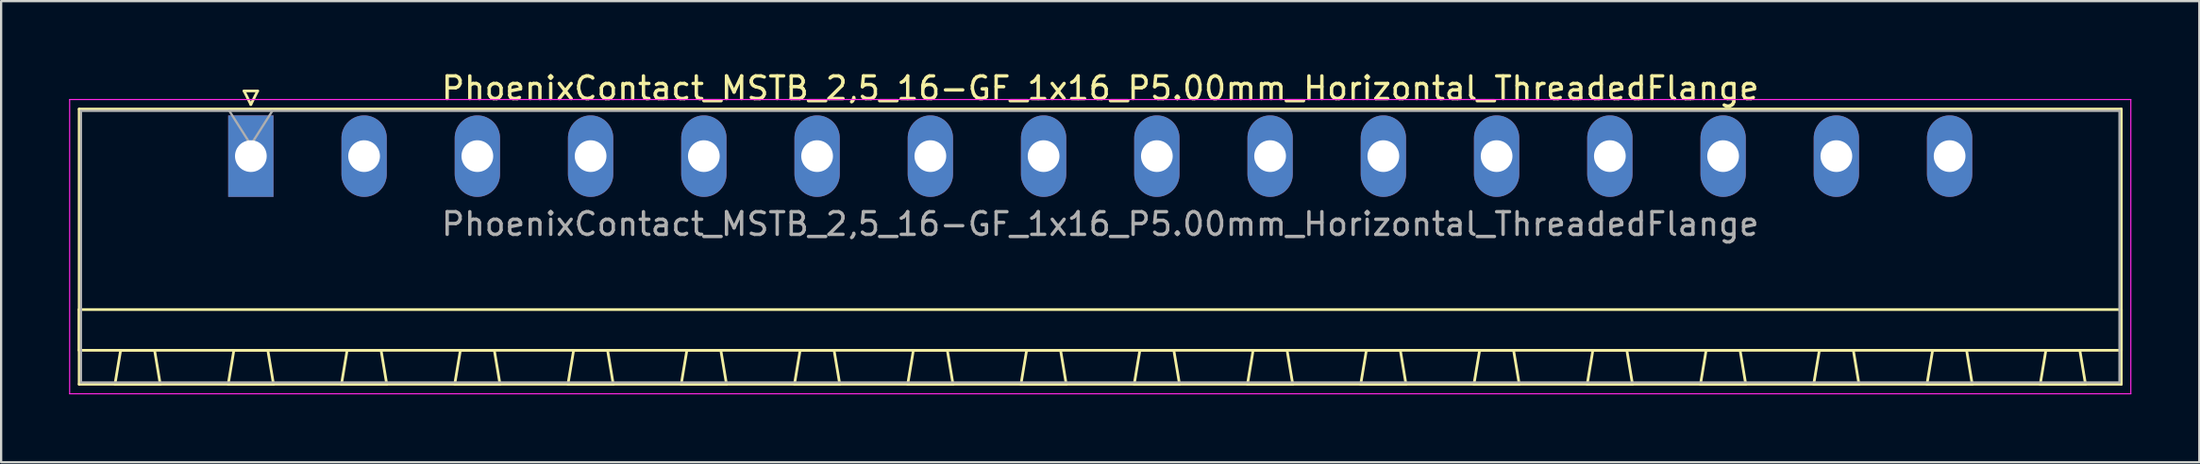
<source format=kicad_pcb>
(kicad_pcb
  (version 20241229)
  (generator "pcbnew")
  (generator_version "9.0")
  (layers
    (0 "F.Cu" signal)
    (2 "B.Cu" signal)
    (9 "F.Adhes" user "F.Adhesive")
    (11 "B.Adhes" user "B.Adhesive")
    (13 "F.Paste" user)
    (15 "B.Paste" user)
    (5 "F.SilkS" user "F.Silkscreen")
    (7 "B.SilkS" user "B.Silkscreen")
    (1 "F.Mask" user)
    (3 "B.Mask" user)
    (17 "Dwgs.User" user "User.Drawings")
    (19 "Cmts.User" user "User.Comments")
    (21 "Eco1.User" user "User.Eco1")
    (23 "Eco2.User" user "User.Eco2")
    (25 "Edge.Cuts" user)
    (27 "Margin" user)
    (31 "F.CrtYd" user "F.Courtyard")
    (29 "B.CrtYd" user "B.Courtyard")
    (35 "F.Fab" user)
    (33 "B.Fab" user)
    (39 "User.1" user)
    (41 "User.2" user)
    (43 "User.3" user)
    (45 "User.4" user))
  (footprint "PhoenixContact_MSTB_2,5_16-GF_1x16_P5.00mm_Horizontal_ThreadedFlange"
    (layer "F.Cu")
    (at 8.025 3.848)
    (property "Reference" "PhoenixContact_MSTB_2,5_16-GF_1x16_P5.00mm_Horizontal_ThreadedFlange" (at 37.5 -3 0) (layer "F.SilkS") (effects (font (size 1 1) (thickness 0.15))))
    (attr through_hole)
    (fp_line (start -7.58 -2.08) (end -7.58 10.08) (stroke (width 0.12) (type solid)) (layer "F.SilkS"))
    (fp_line (start -7.58 6.78) (end 82.58 6.78) (stroke (width 0.12) (type solid)) (layer "F.SilkS"))
    (fp_line (start -7.58 8.58) (end -7.58 6.78) (stroke (width 0.12) (type solid)) (layer "F.SilkS"))
    (fp_line (start -7.58 10.08) (end 82.58 10.08) (stroke (width 0.12) (type solid)) (layer "F.SilkS"))
    (fp_line (start -6 10.08) (end -4 10.08) (stroke (width 0.12) (type solid)) (layer "F.SilkS"))
    (fp_line (start -5.75 8.58) (end -6 10.08) (stroke (width 0.12) (type solid)) (layer "F.SilkS"))
    (fp_line (start -4.25 8.58) (end -5.75 8.58) (stroke (width 0.12) (type solid)) (layer "F.SilkS"))
    (fp_line (start -4 10.08) (end -4.25 8.58) (stroke (width 0.12) (type solid)) (layer "F.SilkS"))
    (fp_line (start -1 10.08) (end 1 10.08) (stroke (width 0.12) (type solid)) (layer "F.SilkS"))
    (fp_line (start -0.75 8.58) (end -1 10.08) (stroke (width 0.12) (type solid)) (layer "F.SilkS"))
    (fp_line (start -0.3 -2.88) (end 0.3 -2.88) (stroke (width 0.12) (type solid)) (layer "F.SilkS"))
    (fp_line (start 0 -2.28) (end -0.3 -2.88) (stroke (width 0.12) (type solid)) (layer "F.SilkS"))
    (fp_line (start 0.3 -2.88) (end 0 -2.28) (stroke (width 0.12) (type solid)) (layer "F.SilkS"))
    (fp_line (start 0.75 8.58) (end -0.75 8.58) (stroke (width 0.12) (type solid)) (layer "F.SilkS"))
    (fp_line (start 1 10.08) (end 0.75 8.58) (stroke (width 0.12) (type solid)) (layer "F.SilkS"))
    (fp_line (start 4 10.08) (end 6 10.08) (stroke (width 0.12) (type solid)) (layer "F.SilkS"))
    (fp_line (start 4.25 8.58) (end 4 10.08) (stroke (width 0.12) (type solid)) (layer "F.SilkS"))
    (fp_line (start 5.75 8.58) (end 4.25 8.58) (stroke (width 0.12) (type solid)) (layer "F.SilkS"))
    (fp_line (start 6 10.08) (end 5.75 8.58) (stroke (width 0.12) (type solid)) (layer "F.SilkS"))
    (fp_line (start 9 10.08) (end 11 10.08) (stroke (width 0.12) (type solid)) (layer "F.SilkS"))
    (fp_line (start 9.25 8.58) (end 9 10.08) (stroke (width 0.12) (type solid)) (layer "F.SilkS"))
    (fp_line (start 10.75 8.58) (end 9.25 8.58) (stroke (width 0.12) (type solid)) (layer "F.SilkS"))
    (fp_line (start 11 10.08) (end 10.75 8.58) (stroke (width 0.12) (type solid)) (layer "F.SilkS"))
    (fp_line (start 14 10.08) (end 16 10.08) (stroke (width 0.12) (type solid)) (layer "F.SilkS"))
    (fp_line (start 14.25 8.58) (end 14 10.08) (stroke (width 0.12) (type solid)) (layer "F.SilkS"))
    (fp_line (start 15.75 8.58) (end 14.25 8.58) (stroke (width 0.12) (type solid)) (layer "F.SilkS"))
    (fp_line (start 16 10.08) (end 15.75 8.58) (stroke (width 0.12) (type solid)) (layer "F.SilkS"))
    (fp_line (start 19 10.08) (end 21 10.08) (stroke (width 0.12) (type solid)) (layer "F.SilkS"))
    (fp_line (start 19.25 8.58) (end 19 10.08) (stroke (width 0.12) (type solid)) (layer "F.SilkS"))
    (fp_line (start 20.75 8.58) (end 19.25 8.58) (stroke (width 0.12) (type solid)) (layer "F.SilkS"))
    (fp_line (start 21 10.08) (end 20.75 8.58) (stroke (width 0.12) (type solid)) (layer "F.SilkS"))
    (fp_line (start 24 10.08) (end 26 10.08) (stroke (width 0.12) (type solid)) (layer "F.SilkS"))
    (fp_line (start 24.25 8.58) (end 24 10.08) (stroke (width 0.12) (type solid)) (layer "F.SilkS"))
    (fp_line (start 25.75 8.58) (end 24.25 8.58) (stroke (width 0.12) (type solid)) (layer "F.SilkS"))
    (fp_line (start 26 10.08) (end 25.75 8.58) (stroke (width 0.12) (type solid)) (layer "F.SilkS"))
    (fp_line (start 29 10.08) (end 31 10.08) (stroke (width 0.12) (type solid)) (layer "F.SilkS"))
    (fp_line (start 29.25 8.58) (end 29 10.08) (stroke (width 0.12) (type solid)) (layer "F.SilkS"))
    (fp_line (start 30.75 8.58) (end 29.25 8.58) (stroke (width 0.12) (type solid)) (layer "F.SilkS"))
    (fp_line (start 31 10.08) (end 30.75 8.58) (stroke (width 0.12) (type solid)) (layer "F.SilkS"))
    (fp_line (start 34 10.08) (end 36 10.08) (stroke (width 0.12) (type solid)) (layer "F.SilkS"))
    (fp_line (start 34.25 8.58) (end 34 10.08) (stroke (width 0.12) (type solid)) (layer "F.SilkS"))
    (fp_line (start 35.75 8.58) (end 34.25 8.58) (stroke (width 0.12) (type solid)) (layer "F.SilkS"))
    (fp_line (start 36 10.08) (end 35.75 8.58) (stroke (width 0.12) (type solid)) (layer "F.SilkS"))
    (fp_line (start 39 10.08) (end 41 10.08) (stroke (width 0.12) (type solid)) (layer "F.SilkS"))
    (fp_line (start 39.25 8.58) (end 39 10.08) (stroke (width 0.12) (type solid)) (layer "F.SilkS"))
    (fp_line (start 40.75 8.58) (end 39.25 8.58) (stroke (width 0.12) (type solid)) (layer "F.SilkS"))
    (fp_line (start 41 10.08) (end 40.75 8.58) (stroke (width 0.12) (type solid)) (layer "F.SilkS"))
    (fp_line (start 44 10.08) (end 46 10.08) (stroke (width 0.12) (type solid)) (layer "F.SilkS"))
    (fp_line (start 44.25 8.58) (end 44 10.08) (stroke (width 0.12) (type solid)) (layer "F.SilkS"))
    (fp_line (start 45.75 8.58) (end 44.25 8.58) (stroke (width 0.12) (type solid)) (layer "F.SilkS"))
    (fp_line (start 46 10.08) (end 45.75 8.58) (stroke (width 0.12) (type solid)) (layer "F.SilkS"))
    (fp_line (start 49 10.08) (end 51 10.08) (stroke (width 0.12) (type solid)) (layer "F.SilkS"))
    (fp_line (start 49.25 8.58) (end 49 10.08) (stroke (width 0.12) (type solid)) (layer "F.SilkS"))
    (fp_line (start 50.75 8.58) (end 49.25 8.58) (stroke (width 0.12) (type solid)) (layer "F.SilkS"))
    (fp_line (start 51 10.08) (end 50.75 8.58) (stroke (width 0.12) (type solid)) (layer "F.SilkS"))
    (fp_line (start 54 10.08) (end 56 10.08) (stroke (width 0.12) (type solid)) (layer "F.SilkS"))
    (fp_line (start 54.25 8.58) (end 54 10.08) (stroke (width 0.12) (type solid)) (layer "F.SilkS"))
    (fp_line (start 55.75 8.58) (end 54.25 8.58) (stroke (width 0.12) (type solid)) (layer "F.SilkS"))
    (fp_line (start 56 10.08) (end 55.75 8.58) (stroke (width 0.12) (type solid)) (layer "F.SilkS"))
    (fp_line (start 59 10.08) (end 61 10.08) (stroke (width 0.12) (type solid)) (layer "F.SilkS"))
    (fp_line (start 59.25 8.58) (end 59 10.08) (stroke (width 0.12) (type solid)) (layer "F.SilkS"))
    (fp_line (start 60.75 8.58) (end 59.25 8.58) (stroke (width 0.12) (type solid)) (layer "F.SilkS"))
    (fp_line (start 61 10.08) (end 60.75 8.58) (stroke (width 0.12) (type solid)) (layer "F.SilkS"))
    (fp_line (start 64 10.08) (end 66 10.08) (stroke (width 0.12) (type solid)) (layer "F.SilkS"))
    (fp_line (start 64.25 8.58) (end 64 10.08) (stroke (width 0.12) (type solid)) (layer "F.SilkS"))
    (fp_line (start 65.75 8.58) (end 64.25 8.58) (stroke (width 0.12) (type solid)) (layer "F.SilkS"))
    (fp_line (start 66 10.08) (end 65.75 8.58) (stroke (width 0.12) (type solid)) (layer "F.SilkS"))
    (fp_line (start 69 10.08) (end 71 10.08) (stroke (width 0.12) (type solid)) (layer "F.SilkS"))
    (fp_line (start 69.25 8.58) (end 69 10.08) (stroke (width 0.12) (type solid)) (layer "F.SilkS"))
    (fp_line (start 70.75 8.58) (end 69.25 8.58) (stroke (width 0.12) (type solid)) (layer "F.SilkS"))
    (fp_line (start 71 10.08) (end 70.75 8.58) (stroke (width 0.12) (type solid)) (layer "F.SilkS"))
    (fp_line (start 74 10.08) (end 76 10.08) (stroke (width 0.12) (type solid)) (layer "F.SilkS"))
    (fp_line (start 74.25 8.58) (end 74 10.08) (stroke (width 0.12) (type solid)) (layer "F.SilkS"))
    (fp_line (start 75.75 8.58) (end 74.25 8.58) (stroke (width 0.12) (type solid)) (layer "F.SilkS"))
    (fp_line (start 76 10.08) (end 75.75 8.58) (stroke (width 0.12) (type solid)) (layer "F.SilkS"))
    (fp_line (start 79 10.08) (end 81 10.08) (stroke (width 0.12) (type solid)) (layer "F.SilkS"))
    (fp_line (start 79.25 8.58) (end 79 10.08) (stroke (width 0.12) (type solid)) (layer "F.SilkS"))
    (fp_line (start 80.75 8.58) (end 79.25 8.58) (stroke (width 0.12) (type solid)) (layer "F.SilkS"))
    (fp_line (start 81 10.08) (end 80.75 8.58) (stroke (width 0.12) (type solid)) (layer "F.SilkS"))
    (fp_line (start 82.58 -2.08) (end -7.58 -2.08) (stroke (width 0.12) (type solid)) (layer "F.SilkS"))
    (fp_line (start 82.58 6.78) (end 82.58 8.58) (stroke (width 0.12) (type solid)) (layer "F.SilkS"))
    (fp_line (start 82.58 8.58) (end -7.58 8.58) (stroke (width 0.12) (type solid)) (layer "F.SilkS"))
    (fp_line (start 82.58 10.08) (end 82.58 -2.08) (stroke (width 0.12) (type solid)) (layer "F.SilkS"))
    (fp_line (start -8 -2.5) (end -8 10.5) (stroke (width 0.05) (type solid)) (layer "F.CrtYd"))
    (fp_line (start -8 10.5) (end 83 10.5) (stroke (width 0.05) (type solid)) (layer "F.CrtYd"))
    (fp_line (start 83 -2.5) (end -8 -2.5) (stroke (width 0.05) (type solid)) (layer "F.CrtYd"))
    (fp_line (start 83 10.5) (end 83 -2.5) (stroke (width 0.05) (type solid)) (layer "F.CrtYd"))
    (fp_line (start -7.5 -2) (end -7.5 10) (stroke (width 0.1) (type solid)) (layer "F.Fab"))
    (fp_line (start -7.5 10) (end 82.5 10) (stroke (width 0.1) (type solid)) (layer "F.Fab"))
    (fp_line (start 0 -0.5) (end -0.95 -2) (stroke (width 0.1) (type solid)) (layer "F.Fab"))
    (fp_line (start 0.95 -2) (end 0 -0.5) (stroke (width 0.1) (type solid)) (layer "F.Fab"))
    (fp_line (start 82.5 -2) (end -7.5 -2) (stroke (width 0.1) (type solid)) (layer "F.Fab"))
    (fp_line (start 82.5 10) (end 82.5 -2) (stroke (width 0.1) (type solid)) (layer "F.Fab"))
    (fp_text user "${REFERENCE}" (at 37.5 3 0) (layer "F.Fab") (effects (font (size 1 1) (thickness 0.15))))
    (pad "1" thru_hole rect (at 0 0) (size 2 3.6) (drill 1.4) (layers "*.Cu" "*.Mask"))
    (pad "2" thru_hole oval (at 5 0) (size 2 3.6) (drill 1.4) (layers "*.Cu" "*.Mask"))
    (pad "3" thru_hole oval (at 10 0) (size 2 3.6) (drill 1.4) (layers "*.Cu" "*.Mask"))
    (pad "4" thru_hole oval (at 15 0) (size 2 3.6) (drill 1.4) (layers "*.Cu" "*.Mask"))
    (pad "5" thru_hole oval (at 20 0) (size 2 3.6) (drill 1.4) (layers "*.Cu" "*.Mask"))
    (pad "6" thru_hole oval (at 25 0) (size 2 3.6) (drill 1.4) (layers "*.Cu" "*.Mask"))
    (pad "7" thru_hole oval (at 30 0) (size 2 3.6) (drill 1.4) (layers "*.Cu" "*.Mask"))
    (pad "8" thru_hole oval (at 35 0) (size 2 3.6) (drill 1.4) (layers "*.Cu" "*.Mask"))
    (pad "9" thru_hole oval (at 40 0) (size 2 3.6) (drill 1.4) (layers "*.Cu" "*.Mask"))
    (pad "10" thru_hole oval (at 45 0) (size 2 3.6) (drill 1.4) (layers "*.Cu" "*.Mask"))
    (pad "11" thru_hole oval (at 50 0) (size 2 3.6) (drill 1.4) (layers "*.Cu" "*.Mask"))
    (pad "12" thru_hole oval (at 55 0) (size 2 3.6) (drill 1.4) (layers "*.Cu" "*.Mask"))
    (pad "13" thru_hole oval (at 60 0) (size 2 3.6) (drill 1.4) (layers "*.Cu" "*.Mask"))
    (pad "14" thru_hole oval (at 65 0) (size 2 3.6) (drill 1.4) (layers "*.Cu" "*.Mask"))
    (pad "15" thru_hole oval (at 70 0) (size 2 3.6) (drill 1.4) (layers "*.Cu" "*.Mask"))
    (pad "16" thru_hole oval (at 75 0) (size 2 3.6) (drill 1.4) (layers "*.Cu" "*.Mask")))
  (gr_rect
    (start -3 -3)
    (end 94.05 17.373)
    (stroke (width 0.1) (type default))
    (fill no)
    (layer "Edge.Cuts")))
</source>
